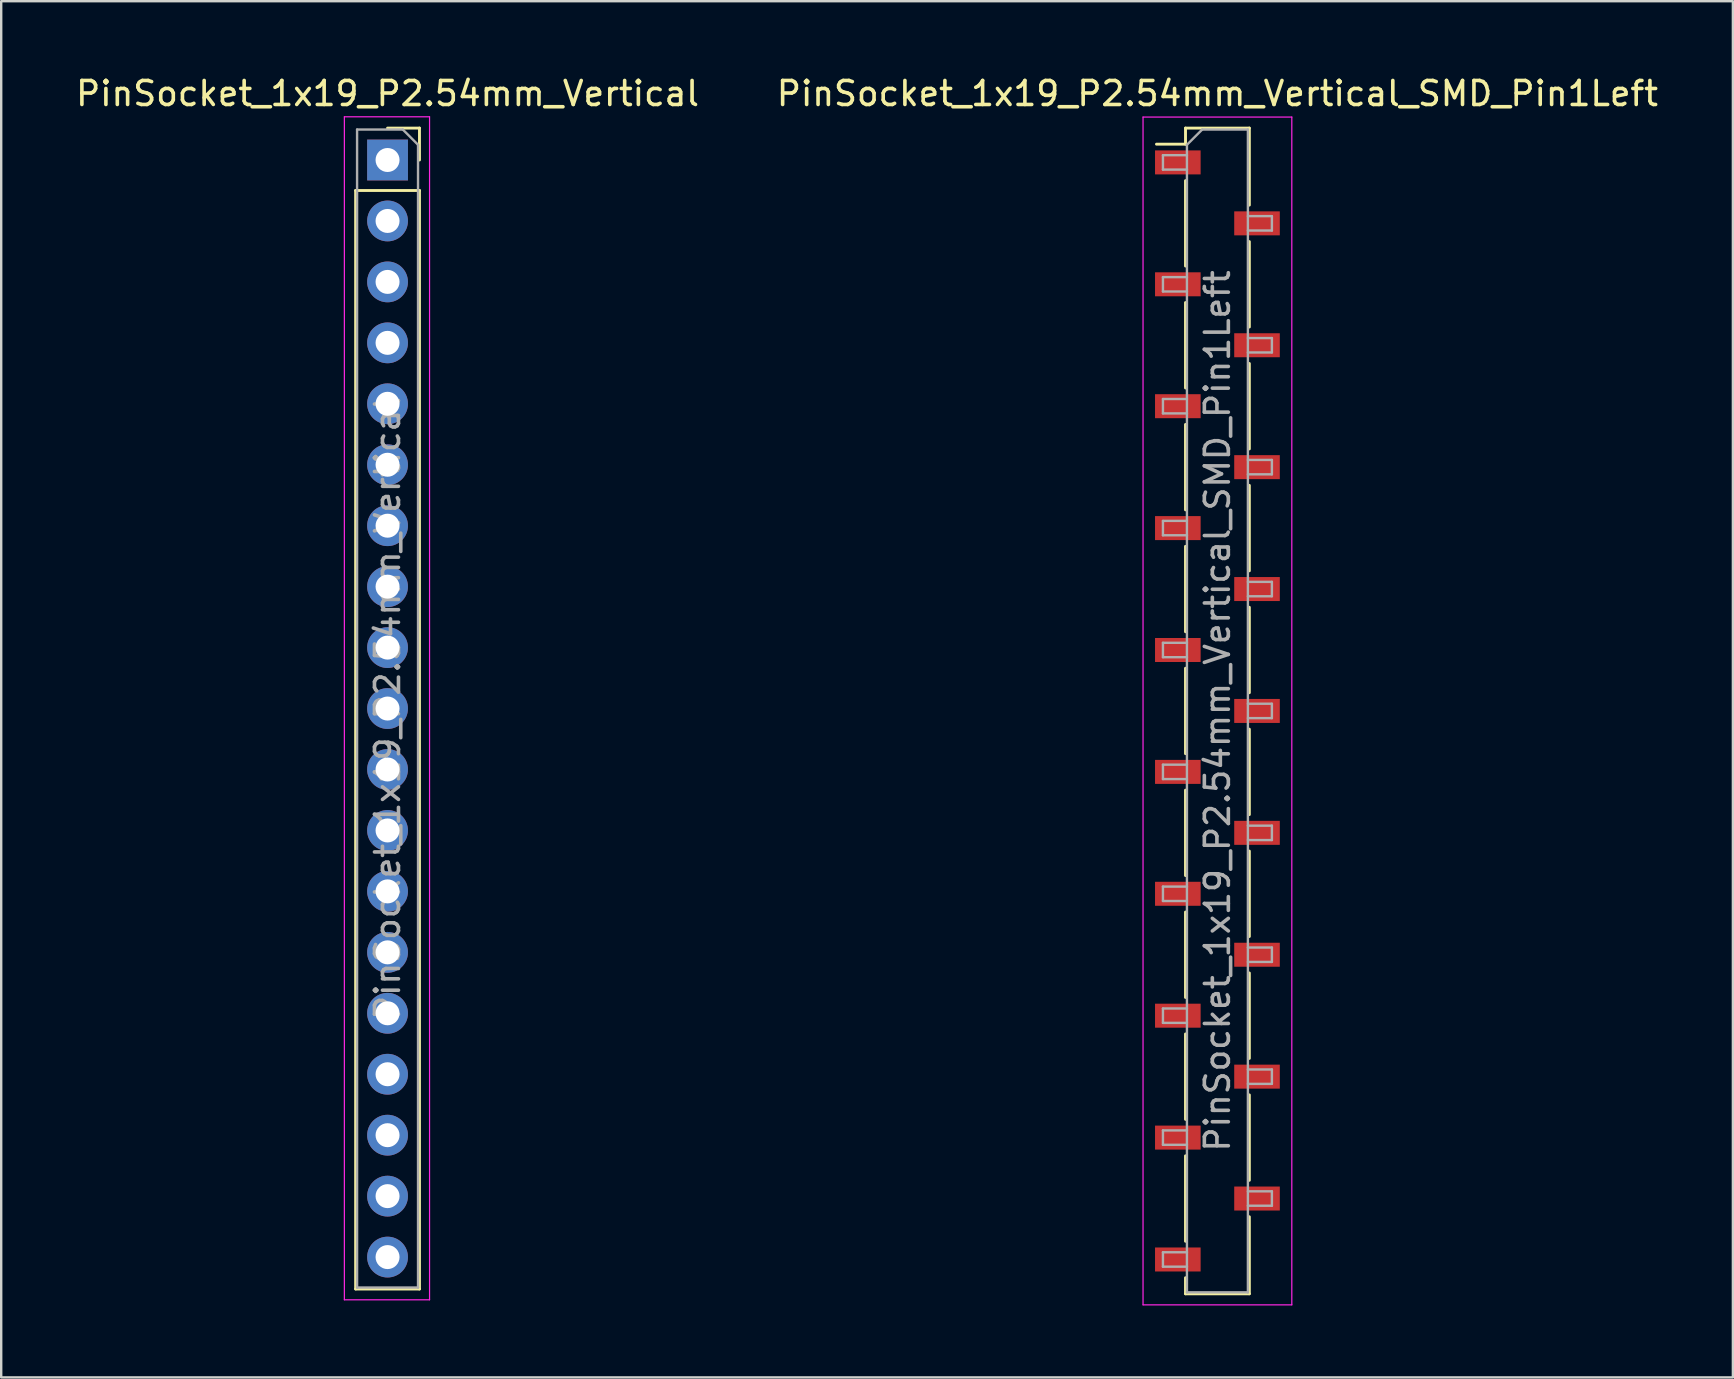
<source format=kicad_pcb>
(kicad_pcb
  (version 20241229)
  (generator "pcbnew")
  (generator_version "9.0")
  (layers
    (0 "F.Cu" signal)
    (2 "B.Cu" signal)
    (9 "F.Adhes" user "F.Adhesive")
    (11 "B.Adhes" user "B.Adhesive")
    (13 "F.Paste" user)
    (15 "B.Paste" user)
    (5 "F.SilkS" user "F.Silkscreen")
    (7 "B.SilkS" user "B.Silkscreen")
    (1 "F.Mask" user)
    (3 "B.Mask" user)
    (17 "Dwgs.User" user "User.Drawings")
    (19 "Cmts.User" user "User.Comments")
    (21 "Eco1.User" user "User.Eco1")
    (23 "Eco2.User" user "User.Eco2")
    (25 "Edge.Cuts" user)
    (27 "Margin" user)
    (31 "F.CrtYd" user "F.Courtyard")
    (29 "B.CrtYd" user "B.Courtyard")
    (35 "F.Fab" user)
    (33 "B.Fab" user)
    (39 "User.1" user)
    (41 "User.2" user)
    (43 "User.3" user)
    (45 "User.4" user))
  (footprint "PinSocket_1x19_P2.54mm_Vertical"
    (layer "F.Cu")
    (at 13.101 3.618)
    (property "Reference" "PinSocket_1x19_P2.54mm_Vertical" (at 0 -2.77 0) (layer "F.SilkS") (effects (font (size 1 1) (thickness 0.15))))
    (attr through_hole)
    (fp_line (start -1.33 1.27) (end -1.33 47.05) (stroke (width 0.12) (type solid)) (layer "F.SilkS"))
    (fp_line (start -1.33 1.27) (end 1.33 1.27) (stroke (width 0.12) (type solid)) (layer "F.SilkS"))
    (fp_line (start -1.33 47.05) (end 1.33 47.05) (stroke (width 0.12) (type solid)) (layer "F.SilkS"))
    (fp_line (start 0 -1.33) (end 1.33 -1.33) (stroke (width 0.12) (type solid)) (layer "F.SilkS"))
    (fp_line (start 1.33 -1.33) (end 1.33 0) (stroke (width 0.12) (type solid)) (layer "F.SilkS"))
    (fp_line (start 1.33 1.27) (end 1.33 47.05) (stroke (width 0.12) (type solid)) (layer "F.SilkS"))
    (fp_line (start -1.8 -1.8) (end 1.75 -1.8) (stroke (width 0.05) (type solid)) (layer "F.CrtYd"))
    (fp_line (start -1.8 47.5) (end -1.8 -1.8) (stroke (width 0.05) (type solid)) (layer "F.CrtYd"))
    (fp_line (start 1.75 -1.8) (end 1.75 47.5) (stroke (width 0.05) (type solid)) (layer "F.CrtYd"))
    (fp_line (start 1.75 47.5) (end -1.8 47.5) (stroke (width 0.05) (type solid)) (layer "F.CrtYd"))
    (fp_line (start -1.27 -1.27) (end 0.635 -1.27) (stroke (width 0.1) (type solid)) (layer "F.Fab"))
    (fp_line (start -1.27 46.99) (end -1.27 -1.27) (stroke (width 0.1) (type solid)) (layer "F.Fab"))
    (fp_line (start 0.635 -1.27) (end 1.27 -0.635) (stroke (width 0.1) (type solid)) (layer "F.Fab"))
    (fp_line (start 1.27 -0.635) (end 1.27 46.99) (stroke (width 0.1) (type solid)) (layer "F.Fab"))
    (fp_line (start 1.27 46.99) (end -1.27 46.99) (stroke (width 0.1) (type solid)) (layer "F.Fab"))
    (fp_text user "${REFERENCE}" (at 0 22.86 90) (layer "F.Fab") (effects (font (size 1 1) (thickness 0.15))))
    (pad "1" thru_hole rect (at 0 0) (size 1.7 1.7) (drill 1) (layers "*.Cu" "*.Mask"))
    (pad "2" thru_hole circle (at 0 2.54) (size 1.7 1.7) (drill 1) (layers "*.Cu" "*.Mask"))
    (pad "3" thru_hole circle (at 0 5.08) (size 1.7 1.7) (drill 1) (layers "*.Cu" "*.Mask"))
    (pad "4" thru_hole circle (at 0 7.62) (size 1.7 1.7) (drill 1) (layers "*.Cu" "*.Mask"))
    (pad "5" thru_hole circle (at 0 10.16) (size 1.7 1.7) (drill 1) (layers "*.Cu" "*.Mask"))
    (pad "6" thru_hole circle (at 0 12.7) (size 1.7 1.7) (drill 1) (layers "*.Cu" "*.Mask"))
    (pad "7" thru_hole circle (at 0 15.24) (size 1.7 1.7) (drill 1) (layers "*.Cu" "*.Mask"))
    (pad "8" thru_hole circle (at 0 17.78) (size 1.7 1.7) (drill 1) (layers "*.Cu" "*.Mask"))
    (pad "9" thru_hole circle (at 0 20.32) (size 1.7 1.7) (drill 1) (layers "*.Cu" "*.Mask"))
    (pad "10" thru_hole circle (at 0 22.86) (size 1.7 1.7) (drill 1) (layers "*.Cu" "*.Mask"))
    (pad "11" thru_hole circle (at 0 25.4) (size 1.7 1.7) (drill 1) (layers "*.Cu" "*.Mask"))
    (pad "12" thru_hole circle (at 0 27.94) (size 1.7 1.7) (drill 1) (layers "*.Cu" "*.Mask"))
    (pad "13" thru_hole circle (at 0 30.48) (size 1.7 1.7) (drill 1) (layers "*.Cu" "*.Mask"))
    (pad "14" thru_hole circle (at 0 33.02) (size 1.7 1.7) (drill 1) (layers "*.Cu" "*.Mask"))
    (pad "15" thru_hole circle (at 0 35.56) (size 1.7 1.7) (drill 1) (layers "*.Cu" "*.Mask"))
    (pad "16" thru_hole circle (at 0 38.1) (size 1.7 1.7) (drill 1) (layers "*.Cu" "*.Mask"))
    (pad "17" thru_hole circle (at 0 40.64) (size 1.7 1.7) (drill 1) (layers "*.Cu" "*.Mask"))
    (pad "18" thru_hole circle (at 0 43.18) (size 1.7 1.7) (drill 1) (layers "*.Cu" "*.Mask"))
    (pad "19" thru_hole circle (at 0 45.72) (size 1.7 1.7) (drill 1) (layers "*.Cu" "*.Mask")))
  (footprint "PinSocket_1x19_P2.54mm_Vertical_SMD_Pin1Left"
    (layer "F.Cu")
    (at 47.685 26.578)
    (property "Reference" "PinSocket_1x19_P2.54mm_Vertical_SMD_Pin1Left" (at 0 -25.73 0) (layer "F.SilkS") (effects (font (size 1 1) (thickness 0.15))))
    (attr smd)
    (fp_line (start -2.54 -23.62) (end -1.33 -23.62) (stroke (width 0.12) (type solid)) (layer "F.SilkS"))
    (fp_line (start -1.33 -24.29) (end -1.33 -23.62) (stroke (width 0.12) (type solid)) (layer "F.SilkS"))
    (fp_line (start -1.33 -24.29) (end 1.33 -24.29) (stroke (width 0.12) (type solid)) (layer "F.SilkS"))
    (fp_line (start -1.33 -22.1) (end -1.33 -18.54) (stroke (width 0.12) (type solid)) (layer "F.SilkS"))
    (fp_line (start -1.33 -17.02) (end -1.33 -13.46) (stroke (width 0.12) (type solid)) (layer "F.SilkS"))
    (fp_line (start -1.33 -11.94) (end -1.33 -8.38) (stroke (width 0.12) (type solid)) (layer "F.SilkS"))
    (fp_line (start -1.33 -6.86) (end -1.33 -3.3) (stroke (width 0.12) (type solid)) (layer "F.SilkS"))
    (fp_line (start -1.33 -1.78) (end -1.33 1.78) (stroke (width 0.12) (type solid)) (layer "F.SilkS"))
    (fp_line (start -1.33 3.3) (end -1.33 6.86) (stroke (width 0.12) (type solid)) (layer "F.SilkS"))
    (fp_line (start -1.33 8.38) (end -1.33 11.94) (stroke (width 0.12) (type solid)) (layer "F.SilkS"))
    (fp_line (start -1.33 13.46) (end -1.33 17.02) (stroke (width 0.12) (type solid)) (layer "F.SilkS"))
    (fp_line (start -1.33 18.54) (end -1.33 22.1) (stroke (width 0.12) (type solid)) (layer "F.SilkS"))
    (fp_line (start -1.33 23.62) (end -1.33 24.29) (stroke (width 0.12) (type solid)) (layer "F.SilkS"))
    (fp_line (start -1.33 24.29) (end 1.33 24.29) (stroke (width 0.12) (type solid)) (layer "F.SilkS"))
    (fp_line (start 1.33 -24.29) (end 1.33 -21.08) (stroke (width 0.12) (type solid)) (layer "F.SilkS"))
    (fp_line (start 1.33 -19.56) (end 1.33 -16) (stroke (width 0.12) (type solid)) (layer "F.SilkS"))
    (fp_line (start 1.33 -14.48) (end 1.33 -10.92) (stroke (width 0.12) (type solid)) (layer "F.SilkS"))
    (fp_line (start 1.33 -9.4) (end 1.33 -5.84) (stroke (width 0.12) (type solid)) (layer "F.SilkS"))
    (fp_line (start 1.33 -4.32) (end 1.33 -0.76) (stroke (width 0.12) (type solid)) (layer "F.SilkS"))
    (fp_line (start 1.33 0.76) (end 1.33 4.32) (stroke (width 0.12) (type solid)) (layer "F.SilkS"))
    (fp_line (start 1.33 5.84) (end 1.33 9.4) (stroke (width 0.12) (type solid)) (layer "F.SilkS"))
    (fp_line (start 1.33 10.92) (end 1.33 14.48) (stroke (width 0.12) (type solid)) (layer "F.SilkS"))
    (fp_line (start 1.33 16) (end 1.33 19.56) (stroke (width 0.12) (type solid)) (layer "F.SilkS"))
    (fp_line (start 1.33 21.08) (end 1.33 24.29) (stroke (width 0.12) (type solid)) (layer "F.SilkS"))
    (fp_line (start -3.1 -24.75) (end 3.1 -24.75) (stroke (width 0.05) (type solid)) (layer "F.CrtYd"))
    (fp_line (start -3.1 24.75) (end -3.1 -24.75) (stroke (width 0.05) (type solid)) (layer "F.CrtYd"))
    (fp_line (start 3.1 -24.75) (end 3.1 24.75) (stroke (width 0.05) (type solid)) (layer "F.CrtYd"))
    (fp_line (start 3.1 24.75) (end -3.1 24.75) (stroke (width 0.05) (type solid)) (layer "F.CrtYd"))
    (fp_line (start -2.27 -23.16) (end -1.27 -23.16) (stroke (width 0.1) (type solid)) (layer "F.Fab"))
    (fp_line (start -2.27 -22.56) (end -2.27 -23.16) (stroke (width 0.1) (type solid)) (layer "F.Fab"))
    (fp_line (start -2.27 -18.08) (end -1.27 -18.08) (stroke (width 0.1) (type solid)) (layer "F.Fab"))
    (fp_line (start -2.27 -17.48) (end -2.27 -18.08) (stroke (width 0.1) (type solid)) (layer "F.Fab"))
    (fp_line (start -2.27 -13) (end -1.27 -13) (stroke (width 0.1) (type solid)) (layer "F.Fab"))
    (fp_line (start -2.27 -12.4) (end -2.27 -13) (stroke (width 0.1) (type solid)) (layer "F.Fab"))
    (fp_line (start -2.27 -7.92) (end -1.27 -7.92) (stroke (width 0.1) (type solid)) (layer "F.Fab"))
    (fp_line (start -2.27 -7.32) (end -2.27 -7.92) (stroke (width 0.1) (type solid)) (layer "F.Fab"))
    (fp_line (start -2.27 -2.84) (end -1.27 -2.84) (stroke (width 0.1) (type solid)) (layer "F.Fab"))
    (fp_line (start -2.27 -2.24) (end -2.27 -2.84) (stroke (width 0.1) (type solid)) (layer "F.Fab"))
    (fp_line (start -2.27 2.24) (end -1.27 2.24) (stroke (width 0.1) (type solid)) (layer "F.Fab"))
    (fp_line (start -2.27 2.84) (end -2.27 2.24) (stroke (width 0.1) (type solid)) (layer "F.Fab"))
    (fp_line (start -2.27 7.32) (end -1.27 7.32) (stroke (width 0.1) (type solid)) (layer "F.Fab"))
    (fp_line (start -2.27 7.92) (end -2.27 7.32) (stroke (width 0.1) (type solid)) (layer "F.Fab"))
    (fp_line (start -2.27 12.4) (end -1.27 12.4) (stroke (width 0.1) (type solid)) (layer "F.Fab"))
    (fp_line (start -2.27 13) (end -2.27 12.4) (stroke (width 0.1) (type solid)) (layer "F.Fab"))
    (fp_line (start -2.27 17.48) (end -1.27 17.48) (stroke (width 0.1) (type solid)) (layer "F.Fab"))
    (fp_line (start -2.27 18.08) (end -2.27 17.48) (stroke (width 0.1) (type solid)) (layer "F.Fab"))
    (fp_line (start -2.27 22.56) (end -1.27 22.56) (stroke (width 0.1) (type solid)) (layer "F.Fab"))
    (fp_line (start -2.27 23.16) (end -2.27 22.56) (stroke (width 0.1) (type solid)) (layer "F.Fab"))
    (fp_line (start -1.27 -23.595) (end -0.635 -24.23) (stroke (width 0.1) (type solid)) (layer "F.Fab"))
    (fp_line (start -1.27 -22.56) (end -2.27 -22.56) (stroke (width 0.1) (type solid)) (layer "F.Fab"))
    (fp_line (start -1.27 -17.48) (end -2.27 -17.48) (stroke (width 0.1) (type solid)) (layer "F.Fab"))
    (fp_line (start -1.27 -12.4) (end -2.27 -12.4) (stroke (width 0.1) (type solid)) (layer "F.Fab"))
    (fp_line (start -1.27 -7.32) (end -2.27 -7.32) (stroke (width 0.1) (type solid)) (layer "F.Fab"))
    (fp_line (start -1.27 -2.24) (end -2.27 -2.24) (stroke (width 0.1) (type solid)) (layer "F.Fab"))
    (fp_line (start -1.27 2.84) (end -2.27 2.84) (stroke (width 0.1) (type solid)) (layer "F.Fab"))
    (fp_line (start -1.27 7.92) (end -2.27 7.92) (stroke (width 0.1) (type solid)) (layer "F.Fab"))
    (fp_line (start -1.27 13) (end -2.27 13) (stroke (width 0.1) (type solid)) (layer "F.Fab"))
    (fp_line (start -1.27 18.08) (end -2.27 18.08) (stroke (width 0.1) (type solid)) (layer "F.Fab"))
    (fp_line (start -1.27 23.16) (end -2.27 23.16) (stroke (width 0.1) (type solid)) (layer "F.Fab"))
    (fp_line (start -1.27 24.23) (end -1.27 -23.595) (stroke (width 0.1) (type solid)) (layer "F.Fab"))
    (fp_line (start -0.635 -24.23) (end 1.27 -24.23) (stroke (width 0.1) (type solid)) (layer "F.Fab"))
    (fp_line (start 1.27 -24.23) (end 1.27 24.23) (stroke (width 0.1) (type solid)) (layer "F.Fab"))
    (fp_line (start 1.27 -20.62) (end 2.27 -20.62) (stroke (width 0.1) (type solid)) (layer "F.Fab"))
    (fp_line (start 1.27 -15.54) (end 2.27 -15.54) (stroke (width 0.1) (type solid)) (layer "F.Fab"))
    (fp_line (start 1.27 -10.46) (end 2.27 -10.46) (stroke (width 0.1) (type solid)) (layer "F.Fab"))
    (fp_line (start 1.27 -5.38) (end 2.27 -5.38) (stroke (width 0.1) (type solid)) (layer "F.Fab"))
    (fp_line (start 1.27 -0.3) (end 2.27 -0.3) (stroke (width 0.1) (type solid)) (layer "F.Fab"))
    (fp_line (start 1.27 4.78) (end 2.27 4.78) (stroke (width 0.1) (type solid)) (layer "F.Fab"))
    (fp_line (start 1.27 9.86) (end 2.27 9.86) (stroke (width 0.1) (type solid)) (layer "F.Fab"))
    (fp_line (start 1.27 14.94) (end 2.27 14.94) (stroke (width 0.1) (type solid)) (layer "F.Fab"))
    (fp_line (start 1.27 20.02) (end 2.27 20.02) (stroke (width 0.1) (type solid)) (layer "F.Fab"))
    (fp_line (start 1.27 24.23) (end -1.27 24.23) (stroke (width 0.1) (type solid)) (layer "F.Fab"))
    (fp_line (start 2.27 -20.62) (end 2.27 -20.02) (stroke (width 0.1) (type solid)) (layer "F.Fab"))
    (fp_line (start 2.27 -20.02) (end 1.27 -20.02) (stroke (width 0.1) (type solid)) (layer "F.Fab"))
    (fp_line (start 2.27 -15.54) (end 2.27 -14.94) (stroke (width 0.1) (type solid)) (layer "F.Fab"))
    (fp_line (start 2.27 -14.94) (end 1.27 -14.94) (stroke (width 0.1) (type solid)) (layer "F.Fab"))
    (fp_line (start 2.27 -10.46) (end 2.27 -9.86) (stroke (width 0.1) (type solid)) (layer "F.Fab"))
    (fp_line (start 2.27 -9.86) (end 1.27 -9.86) (stroke (width 0.1) (type solid)) (layer "F.Fab"))
    (fp_line (start 2.27 -5.38) (end 2.27 -4.78) (stroke (width 0.1) (type solid)) (layer "F.Fab"))
    (fp_line (start 2.27 -4.78) (end 1.27 -4.78) (stroke (width 0.1) (type solid)) (layer "F.Fab"))
    (fp_line (start 2.27 -0.3) (end 2.27 0.3) (stroke (width 0.1) (type solid)) (layer "F.Fab"))
    (fp_line (start 2.27 0.3) (end 1.27 0.3) (stroke (width 0.1) (type solid)) (layer "F.Fab"))
    (fp_line (start 2.27 4.78) (end 2.27 5.38) (stroke (width 0.1) (type solid)) (layer "F.Fab"))
    (fp_line (start 2.27 5.38) (end 1.27 5.38) (stroke (width 0.1) (type solid)) (layer "F.Fab"))
    (fp_line (start 2.27 9.86) (end 2.27 10.46) (stroke (width 0.1) (type solid)) (layer "F.Fab"))
    (fp_line (start 2.27 10.46) (end 1.27 10.46) (stroke (width 0.1) (type solid)) (layer "F.Fab"))
    (fp_line (start 2.27 14.94) (end 2.27 15.54) (stroke (width 0.1) (type solid)) (layer "F.Fab"))
    (fp_line (start 2.27 15.54) (end 1.27 15.54) (stroke (width 0.1) (type solid)) (layer "F.Fab"))
    (fp_line (start 2.27 20.02) (end 2.27 20.62) (stroke (width 0.1) (type solid)) (layer "F.Fab"))
    (fp_line (start 2.27 20.62) (end 1.27 20.62) (stroke (width 0.1) (type solid)) (layer "F.Fab"))
    (fp_text user "${REFERENCE}" (at 0 0 90) (layer "F.Fab") (effects (font (size 1 1) (thickness 0.15))))
    (pad "1" smd rect (at -1.65 -22.86) (size 1.9 1) (layers "F.Cu" "F.Mask" "F.Paste"))
    (pad "2" smd rect (at 1.65 -20.32) (size 1.9 1) (layers "F.Cu" "F.Mask" "F.Paste"))
    (pad "3" smd rect (at -1.65 -17.78) (size 1.9 1) (layers "F.Cu" "F.Mask" "F.Paste"))
    (pad "4" smd rect (at 1.65 -15.24) (size 1.9 1) (layers "F.Cu" "F.Mask" "F.Paste"))
    (pad "5" smd rect (at -1.65 -12.7) (size 1.9 1) (layers "F.Cu" "F.Mask" "F.Paste"))
    (pad "6" smd rect (at 1.65 -10.16) (size 1.9 1) (layers "F.Cu" "F.Mask" "F.Paste"))
    (pad "7" smd rect (at -1.65 -7.62) (size 1.9 1) (layers "F.Cu" "F.Mask" "F.Paste"))
    (pad "8" smd rect (at 1.65 -5.08) (size 1.9 1) (layers "F.Cu" "F.Mask" "F.Paste"))
    (pad "9" smd rect (at -1.65 -2.54) (size 1.9 1) (layers "F.Cu" "F.Mask" "F.Paste"))
    (pad "10" smd rect (at 1.65 0) (size 1.9 1) (layers "F.Cu" "F.Mask" "F.Paste"))
    (pad "11" smd rect (at -1.65 2.54) (size 1.9 1) (layers "F.Cu" "F.Mask" "F.Paste"))
    (pad "12" smd rect (at 1.65 5.08) (size 1.9 1) (layers "F.Cu" "F.Mask" "F.Paste"))
    (pad "13" smd rect (at -1.65 7.62) (size 1.9 1) (layers "F.Cu" "F.Mask" "F.Paste"))
    (pad "14" smd rect (at 1.65 10.16) (size 1.9 1) (layers "F.Cu" "F.Mask" "F.Paste"))
    (pad "15" smd rect (at -1.65 12.7) (size 1.9 1) (layers "F.Cu" "F.Mask" "F.Paste"))
    (pad "16" smd rect (at 1.65 15.24) (size 1.9 1) (layers "F.Cu" "F.Mask" "F.Paste"))
    (pad "17" smd rect (at -1.65 17.78) (size 1.9 1) (layers "F.Cu" "F.Mask" "F.Paste"))
    (pad "18" smd rect (at 1.65 20.32) (size 1.9 1) (layers "F.Cu" "F.Mask" "F.Paste"))
    (pad "19" smd rect (at -1.65 22.86) (size 1.9 1) (layers "F.Cu" "F.Mask" "F.Paste")))
  (gr_rect
    (start -3 -3)
    (end 69.167 54.353)
    (stroke (width 0.1) (type default))
    (fill no)
    (layer "Edge.Cuts")))
</source>
